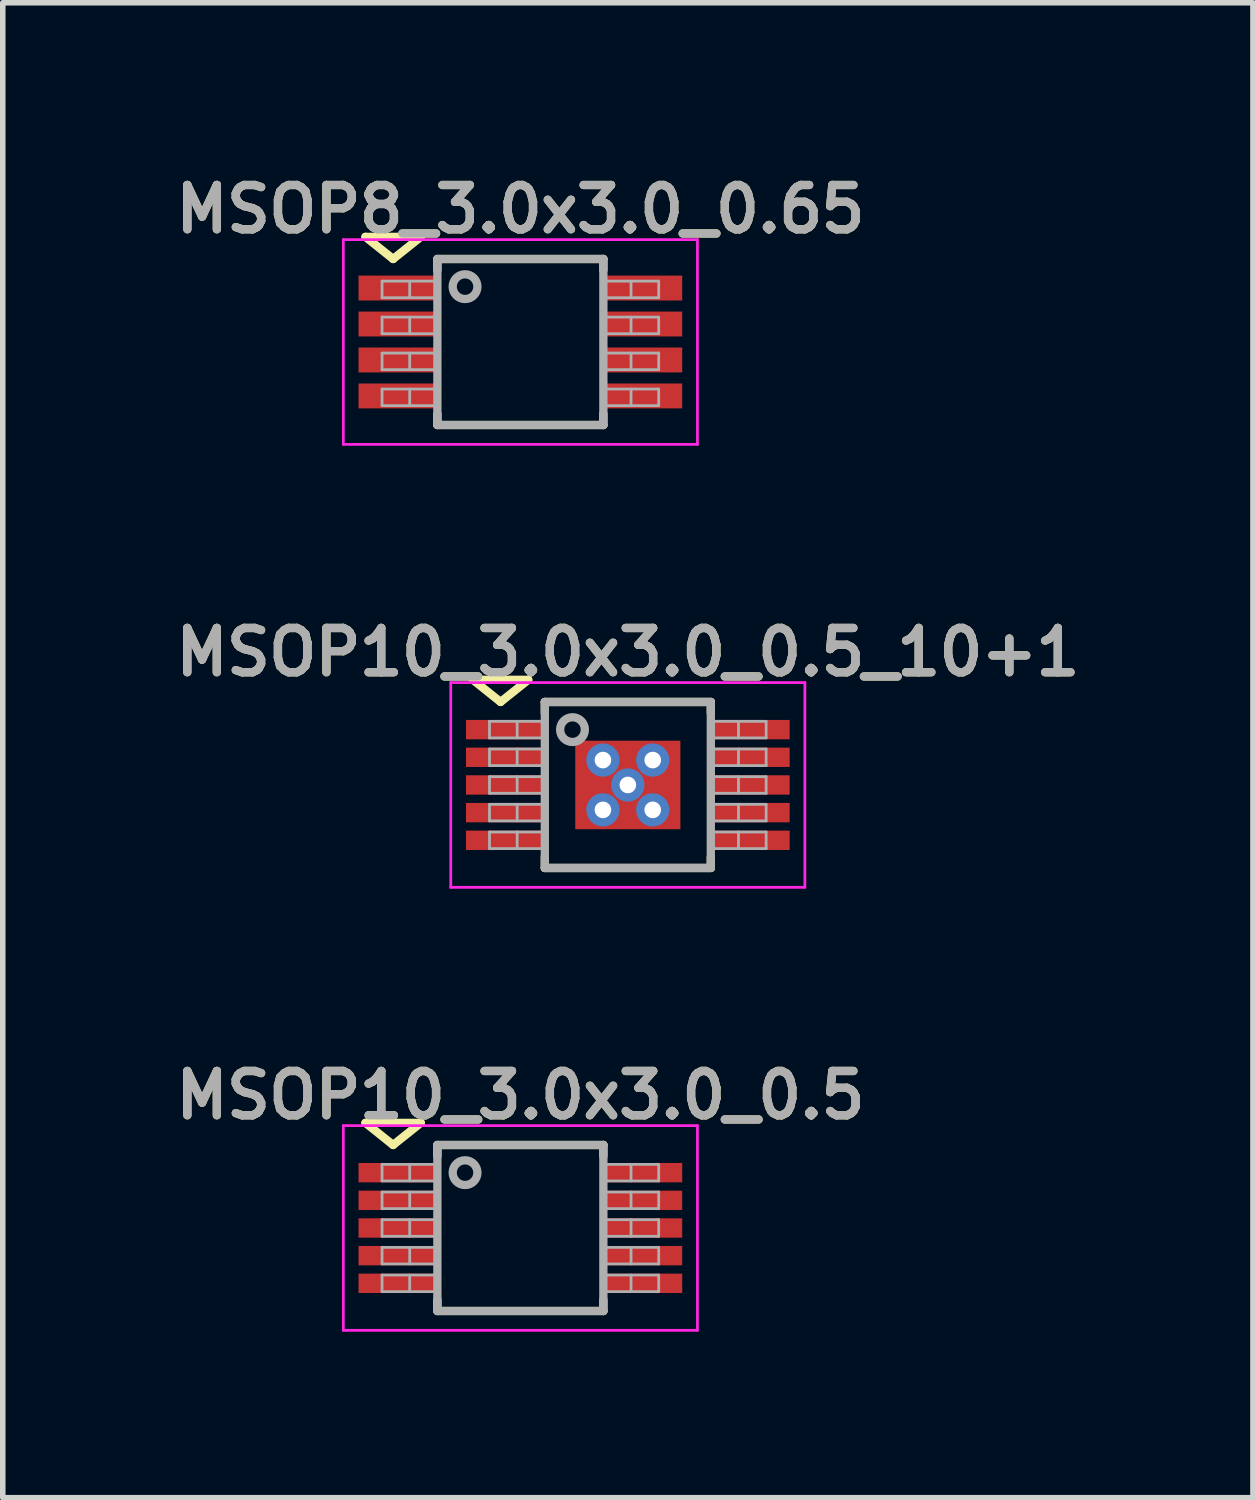
<source format=kicad_pcb>
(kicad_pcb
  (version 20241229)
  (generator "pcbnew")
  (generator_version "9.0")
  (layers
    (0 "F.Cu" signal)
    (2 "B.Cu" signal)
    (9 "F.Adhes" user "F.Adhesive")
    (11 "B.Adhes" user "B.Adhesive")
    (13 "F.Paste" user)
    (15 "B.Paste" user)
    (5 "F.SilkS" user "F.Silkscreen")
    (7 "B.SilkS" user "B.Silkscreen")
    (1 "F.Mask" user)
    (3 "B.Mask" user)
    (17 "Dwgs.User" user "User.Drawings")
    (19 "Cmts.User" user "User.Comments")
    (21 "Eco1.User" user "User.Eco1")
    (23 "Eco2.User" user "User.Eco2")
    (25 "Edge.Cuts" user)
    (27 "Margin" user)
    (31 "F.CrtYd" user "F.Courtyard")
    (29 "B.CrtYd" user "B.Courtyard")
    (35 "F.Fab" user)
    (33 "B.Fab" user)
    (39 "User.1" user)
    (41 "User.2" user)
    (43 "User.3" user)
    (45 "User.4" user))
  (footprint "MSOP10_3.0x3.0_0.5_10+1"
    (layer "F.Cu")
    (at 8.297 11.137)
    (property "Reference" "MSOP10_3.0x3.0_0.5_10+1" (at 0 -2.4 0) (layer "F.SilkS") (effects (font (size 0.8 0.8) (thickness 0.15))))
    (attr smd)
    (fp_line (start -2.8 -1.9) (end -1.8 -1.9) (stroke (width 0.15) (type solid)) (layer "F.SilkS"))
    (fp_line (start -2.3 -1.5) (end -2.8 -1.9) (stroke (width 0.15) (type solid)) (layer "F.SilkS"))
    (fp_line (start -2.3 -1.5) (end -1.8 -1.9) (stroke (width 0.15) (type solid)) (layer "F.SilkS"))
    (fp_line (start -1.5 -1.5) (end 1.5 -1.5) (stroke (width 0.15) (type solid)) (layer "F.SilkS"))
    (fp_line (start -1.5 -1.3) (end -1.5 -1.5) (stroke (width 0.15) (type solid)) (layer "F.SilkS"))
    (fp_line (start -1.5 1.5) (end -1.5 1.3) (stroke (width 0.15) (type solid)) (layer "F.SilkS"))
    (fp_line (start 1.5 -1.5) (end 1.5 -1.3) (stroke (width 0.15) (type solid)) (layer "F.SilkS"))
    (fp_line (start 1.5 1.3) (end 1.5 1.5) (stroke (width 0.15) (type solid)) (layer "F.SilkS"))
    (fp_line (start 1.5 1.5) (end -1.5 1.5) (stroke (width 0.15) (type solid)) (layer "F.SilkS"))
    (fp_line (start -3.2 -1.85) (end -3.2 1.85) (stroke (width 0.05) (type solid)) (layer "F.CrtYd"))
    (fp_line (start -3.2 -1.85) (end 3.2 -1.85) (stroke (width 0.05) (type solid)) (layer "F.CrtYd"))
    (fp_line (start -3.2 1.85) (end 3.2 1.85) (stroke (width 0.05) (type solid)) (layer "F.CrtYd"))
    (fp_line (start 3.2 -1.85) (end 3.2 1.85) (stroke (width 0.05) (type solid)) (layer "F.CrtYd"))
    (fp_line (start -2.5 -1.15) (end -2.5 -0.85) (stroke (width 0.05) (type solid)) (layer "F.Fab"))
    (fp_line (start -2.5 -0.85) (end -1.5 -0.85) (stroke (width 0.05) (type solid)) (layer "F.Fab"))
    (fp_line (start -2.5 -0.65) (end -2.5 -0.35) (stroke (width 0.05) (type solid)) (layer "F.Fab"))
    (fp_line (start -2.5 -0.35) (end -1.5 -0.35) (stroke (width 0.05) (type solid)) (layer "F.Fab"))
    (fp_line (start -2.5 -0.15) (end -2.5 0.15) (stroke (width 0.05) (type solid)) (layer "F.Fab"))
    (fp_line (start -2.5 0.15) (end -1.5 0.15) (stroke (width 0.05) (type solid)) (layer "F.Fab"))
    (fp_line (start -2.5 0.35) (end -2.5 0.65) (stroke (width 0.05) (type solid)) (layer "F.Fab"))
    (fp_line (start -2.5 0.65) (end -1.5 0.65) (stroke (width 0.05) (type solid)) (layer "F.Fab"))
    (fp_line (start -2.5 0.85) (end -2.5 1.15) (stroke (width 0.05) (type solid)) (layer "F.Fab"))
    (fp_line (start -2.5 1.15) (end -1.5 1.15) (stroke (width 0.05) (type solid)) (layer "F.Fab"))
    (fp_line (start -2 -1.15) (end -2 -0.85) (stroke (width 0.05) (type solid)) (layer "F.Fab"))
    (fp_line (start -2 -0.65) (end -2 -0.35) (stroke (width 0.05) (type solid)) (layer "F.Fab"))
    (fp_line (start -2 -0.15) (end -2 0.15) (stroke (width 0.05) (type solid)) (layer "F.Fab"))
    (fp_line (start -2 0.35) (end -2 0.65) (stroke (width 0.05) (type solid)) (layer "F.Fab"))
    (fp_line (start -2 0.85) (end -2 1.15) (stroke (width 0.05) (type solid)) (layer "F.Fab"))
    (fp_line (start -1.5 -1.5) (end 1.5 -1.5) (stroke (width 0.15) (type solid)) (layer "F.Fab"))
    (fp_line (start -1.5 -1.15) (end -2.5 -1.15) (stroke (width 0.05) (type solid)) (layer "F.Fab"))
    (fp_line (start -1.5 -0.65) (end -2.5 -0.65) (stroke (width 0.05) (type solid)) (layer "F.Fab"))
    (fp_line (start -1.5 -0.15) (end -2.5 -0.15) (stroke (width 0.05) (type solid)) (layer "F.Fab"))
    (fp_line (start -1.5 0.35) (end -2.5 0.35) (stroke (width 0.05) (type solid)) (layer "F.Fab"))
    (fp_line (start -1.5 0.85) (end -2.5 0.85) (stroke (width 0.05) (type solid)) (layer "F.Fab"))
    (fp_line (start -1.5 1.5) (end -1.5 -1.5) (stroke (width 0.15) (type solid)) (layer "F.Fab"))
    (fp_line (start 1.5 -1.5) (end 1.5 1.5) (stroke (width 0.15) (type solid)) (layer "F.Fab"))
    (fp_line (start 1.5 -0.85) (end 2.5 -0.85) (stroke (width 0.05) (type solid)) (layer "F.Fab"))
    (fp_line (start 1.5 -0.35) (end 2.5 -0.35) (stroke (width 0.05) (type solid)) (layer "F.Fab"))
    (fp_line (start 1.5 0.15) (end 2.5 0.15) (stroke (width 0.05) (type solid)) (layer "F.Fab"))
    (fp_line (start 1.5 0.65) (end 2.5 0.65) (stroke (width 0.05) (type solid)) (layer "F.Fab"))
    (fp_line (start 1.5 1.15) (end 2.5 1.15) (stroke (width 0.05) (type solid)) (layer "F.Fab"))
    (fp_line (start 1.5 1.5) (end -1.5 1.5) (stroke (width 0.15) (type solid)) (layer "F.Fab"))
    (fp_line (start 2 -1.15) (end 2 -0.85) (stroke (width 0.05) (type solid)) (layer "F.Fab"))
    (fp_line (start 2 -0.65) (end 2 -0.35) (stroke (width 0.05) (type solid)) (layer "F.Fab"))
    (fp_line (start 2 -0.15) (end 2 0.15) (stroke (width 0.05) (type solid)) (layer "F.Fab"))
    (fp_line (start 2 0.35) (end 2 0.65) (stroke (width 0.05) (type solid)) (layer "F.Fab"))
    (fp_line (start 2 0.85) (end 2 1.15) (stroke (width 0.05) (type solid)) (layer "F.Fab"))
    (fp_line (start 2.5 -1.15) (end 1.5 -1.15) (stroke (width 0.05) (type solid)) (layer "F.Fab"))
    (fp_line (start 2.5 -1.15) (end 2.5 -0.85) (stroke (width 0.05) (type solid)) (layer "F.Fab"))
    (fp_line (start 2.5 -0.65) (end 1.5 -0.65) (stroke (width 0.05) (type solid)) (layer "F.Fab"))
    (fp_line (start 2.5 -0.65) (end 2.5 -0.35) (stroke (width 0.05) (type solid)) (layer "F.Fab"))
    (fp_line (start 2.5 -0.15) (end 1.5 -0.15) (stroke (width 0.05) (type solid)) (layer "F.Fab"))
    (fp_line (start 2.5 -0.15) (end 2.5 0.15) (stroke (width 0.05) (type solid)) (layer "F.Fab"))
    (fp_line (start 2.5 0.35) (end 1.5 0.35) (stroke (width 0.05) (type solid)) (layer "F.Fab"))
    (fp_line (start 2.5 0.35) (end 2.5 0.65) (stroke (width 0.05) (type solid)) (layer "F.Fab"))
    (fp_line (start 2.5 0.85) (end 1.5 0.85) (stroke (width 0.05) (type solid)) (layer "F.Fab"))
    (fp_line (start 2.5 0.85) (end 2.5 1.15) (stroke (width 0.05) (type solid)) (layer "F.Fab"))
    (fp_circle (center -1 -1) (end -0.8 -0.9) (stroke (width 0.15) (type solid)) (fill no) (layer "F.Fab"))
    (fp_text user "${REFERENCE}" (at 0 -2.4 0) (layer "F.Fab") (effects (font (size 0.8 0.8) (thickness 0.15))))
    (pad "1" smd rect (at -2.2 -1) (size 1.45 0.35) (layers "F.Cu" "F.Mask" "F.Paste"))
    (pad "2" smd rect (at -2.2 -0.5) (size 1.45 0.35) (layers "F.Cu" "F.Mask" "F.Paste"))
    (pad "3" smd rect (at -2.2 0) (size 1.45 0.35) (layers "F.Cu" "F.Mask" "F.Paste"))
    (pad "4" smd rect (at -2.2 0.5) (size 1.45 0.35) (layers "F.Cu" "F.Mask" "F.Paste"))
    (pad "5" smd rect (at -2.2 1) (size 1.45 0.35) (layers "F.Cu" "F.Mask" "F.Paste"))
    (pad "6" smd rect (at 2.2 1) (size 1.45 0.35) (layers "F.Cu" "F.Mask" "F.Paste"))
    (pad "7" smd rect (at 2.2 0.5) (size 1.45 0.35) (layers "F.Cu" "F.Mask" "F.Paste"))
    (pad "8" smd rect (at 2.2 0) (size 1.45 0.35) (layers "F.Cu" "F.Mask" "F.Paste"))
    (pad "9" smd rect (at 2.2 -0.5) (size 1.45 0.35) (layers "F.Cu" "F.Mask" "F.Paste"))
    (pad "10" smd rect (at 2.2 -1) (size 1.45 0.35) (layers "F.Cu" "F.Mask" "F.Paste"))
    (pad "11" thru_hole circle (at -0.45 -0.45) (size 0.6 0.6) (drill 0.3) (layers "*.Cu" "*.Mask"))
    (pad "11" thru_hole circle (at -0.45 0.45) (size 0.6 0.6) (drill 0.3) (layers "*.Cu" "*.Mask"))
    (pad "11" thru_hole circle (at 0 0) (size 0.6 0.6) (drill 0.3) (layers "*.Cu" "*.Mask"))
    (pad "11" smd rect (at 0 0) (size 1.9 1.6) (layers "F.Cu" "F.Mask" "F.Paste"))
    (pad "11" thru_hole circle (at 0.45 -0.45) (size 0.6 0.6) (drill 0.3) (layers "*.Cu" "*.Mask"))
    (pad "11" thru_hole circle (at 0.45 0.45) (size 0.6 0.6) (drill 0.3) (layers "*.Cu" "*.Mask")))
  (footprint "MSOP8_3.0x3.0_0.65"
    (layer "F.Cu")
    (at 6.355 3.131)
    (property "Reference" "MSOP8_3.0x3.0_0.65" (at 0 -2.4 0) (layer "F.SilkS") (effects (font (size 0.8 0.8) (thickness 0.15))))
    (attr smd)
    (fp_line (start -2.8 -1.9) (end -1.8 -1.9) (stroke (width 0.15) (type solid)) (layer "F.SilkS"))
    (fp_line (start -2.3 -1.5) (end -2.8 -1.9) (stroke (width 0.15) (type solid)) (layer "F.SilkS"))
    (fp_line (start -2.3 -1.5) (end -1.8 -1.9) (stroke (width 0.15) (type solid)) (layer "F.SilkS"))
    (fp_line (start -1.5 -1.5) (end 1.5 -1.5) (stroke (width 0.15) (type solid)) (layer "F.SilkS"))
    (fp_line (start -1.5 -1.3) (end -1.5 -1.5) (stroke (width 0.15) (type solid)) (layer "F.SilkS"))
    (fp_line (start -1.5 1.5) (end -1.5 1.3) (stroke (width 0.15) (type solid)) (layer "F.SilkS"))
    (fp_line (start 1.5 -1.5) (end 1.5 -1.3) (stroke (width 0.15) (type solid)) (layer "F.SilkS"))
    (fp_line (start 1.5 1.3) (end 1.5 1.5) (stroke (width 0.15) (type solid)) (layer "F.SilkS"))
    (fp_line (start 1.5 1.5) (end -1.5 1.5) (stroke (width 0.15) (type solid)) (layer "F.SilkS"))
    (fp_line (start -3.2 -1.85) (end -3.2 1.85) (stroke (width 0.05) (type solid)) (layer "F.CrtYd"))
    (fp_line (start -3.2 -1.85) (end 3.2 -1.85) (stroke (width 0.05) (type solid)) (layer "F.CrtYd"))
    (fp_line (start -3.2 1.85) (end 3.2 1.85) (stroke (width 0.05) (type solid)) (layer "F.CrtYd"))
    (fp_line (start 3.2 -1.85) (end 3.2 1.85) (stroke (width 0.05) (type solid)) (layer "F.CrtYd"))
    (fp_line (start -2.5 -1.1) (end -2.5 -0.8) (stroke (width 0.05) (type solid)) (layer "F.Fab"))
    (fp_line (start -2.5 -0.8) (end -1.5 -0.8) (stroke (width 0.05) (type solid)) (layer "F.Fab"))
    (fp_line (start -2.5 -0.45) (end -2.5 -0.15) (stroke (width 0.05) (type solid)) (layer "F.Fab"))
    (fp_line (start -2.5 -0.15) (end -1.5 -0.15) (stroke (width 0.05) (type solid)) (layer "F.Fab"))
    (fp_line (start -2.5 0.2) (end -2.5 0.5) (stroke (width 0.05) (type solid)) (layer "F.Fab"))
    (fp_line (start -2.5 0.5) (end -1.5 0.5) (stroke (width 0.05) (type solid)) (layer "F.Fab"))
    (fp_line (start -2.5 0.85) (end -2.5 1.15) (stroke (width 0.05) (type solid)) (layer "F.Fab"))
    (fp_line (start -2.5 1.15) (end -1.5 1.15) (stroke (width 0.05) (type solid)) (layer "F.Fab"))
    (fp_line (start -2 -1.1) (end -2 -0.8) (stroke (width 0.05) (type solid)) (layer "F.Fab"))
    (fp_line (start -2 -0.45) (end -2 -0.15) (stroke (width 0.05) (type solid)) (layer "F.Fab"))
    (fp_line (start -2 0.2) (end -2 0.5) (stroke (width 0.05) (type solid)) (layer "F.Fab"))
    (fp_line (start -2 0.85) (end -2 1.15) (stroke (width 0.05) (type solid)) (layer "F.Fab"))
    (fp_line (start -1.5 -1.5) (end 1.5 -1.5) (stroke (width 0.15) (type solid)) (layer "F.Fab"))
    (fp_line (start -1.5 -1.1) (end -2.5 -1.1) (stroke (width 0.05) (type solid)) (layer "F.Fab"))
    (fp_line (start -1.5 -0.45) (end -2.5 -0.45) (stroke (width 0.05) (type solid)) (layer "F.Fab"))
    (fp_line (start -1.5 0.2) (end -2.5 0.2) (stroke (width 0.05) (type solid)) (layer "F.Fab"))
    (fp_line (start -1.5 0.85) (end -2.5 0.85) (stroke (width 0.05) (type solid)) (layer "F.Fab"))
    (fp_line (start -1.5 1.5) (end -1.5 -1.5) (stroke (width 0.15) (type solid)) (layer "F.Fab"))
    (fp_line (start 1.5 -1.5) (end 1.5 1.5) (stroke (width 0.15) (type solid)) (layer "F.Fab"))
    (fp_line (start 1.5 -0.8) (end 2.5 -0.8) (stroke (width 0.05) (type solid)) (layer "F.Fab"))
    (fp_line (start 1.5 -0.15) (end 2.5 -0.15) (stroke (width 0.05) (type solid)) (layer "F.Fab"))
    (fp_line (start 1.5 0.5) (end 2.5 0.5) (stroke (width 0.05) (type solid)) (layer "F.Fab"))
    (fp_line (start 1.5 1.15) (end 2.5 1.15) (stroke (width 0.05) (type solid)) (layer "F.Fab"))
    (fp_line (start 1.5 1.5) (end -1.5 1.5) (stroke (width 0.15) (type solid)) (layer "F.Fab"))
    (fp_line (start 2 -1.1) (end 2 -0.8) (stroke (width 0.05) (type solid)) (layer "F.Fab"))
    (fp_line (start 2 -0.45) (end 2 -0.15) (stroke (width 0.05) (type solid)) (layer "F.Fab"))
    (fp_line (start 2 0.2) (end 2 0.5) (stroke (width 0.05) (type solid)) (layer "F.Fab"))
    (fp_line (start 2 0.85) (end 2 1.15) (stroke (width 0.05) (type solid)) (layer "F.Fab"))
    (fp_line (start 2.5 -1.1) (end 1.5 -1.1) (stroke (width 0.05) (type solid)) (layer "F.Fab"))
    (fp_line (start 2.5 -1.1) (end 2.5 -0.8) (stroke (width 0.05) (type solid)) (layer "F.Fab"))
    (fp_line (start 2.5 -0.45) (end 1.5 -0.45) (stroke (width 0.05) (type solid)) (layer "F.Fab"))
    (fp_line (start 2.5 -0.45) (end 2.5 -0.15) (stroke (width 0.05) (type solid)) (layer "F.Fab"))
    (fp_line (start 2.5 0.2) (end 1.5 0.2) (stroke (width 0.05) (type solid)) (layer "F.Fab"))
    (fp_line (start 2.5 0.2) (end 2.5 0.5) (stroke (width 0.05) (type solid)) (layer "F.Fab"))
    (fp_line (start 2.5 0.85) (end 1.5 0.85) (stroke (width 0.05) (type solid)) (layer "F.Fab"))
    (fp_line (start 2.5 0.85) (end 2.5 1.15) (stroke (width 0.05) (type solid)) (layer "F.Fab"))
    (fp_circle (center -1 -1) (end -0.8 -0.9) (stroke (width 0.15) (type solid)) (fill no) (layer "F.Fab"))
    (fp_text user "${REFERENCE}" (at 0 -2.4 0) (layer "F.Fab") (effects (font (size 0.8 0.8) (thickness 0.15))))
    (pad "1" smd rect (at -2.2 -0.975) (size 1.45 0.45) (layers "F.Cu" "F.Mask" "F.Paste"))
    (pad "2" smd rect (at -2.2 -0.325) (size 1.45 0.45) (layers "F.Cu" "F.Mask" "F.Paste"))
    (pad "3" smd rect (at -2.2 0.325) (size 1.45 0.45) (layers "F.Cu" "F.Mask" "F.Paste"))
    (pad "4" smd rect (at -2.2 0.975) (size 1.45 0.45) (layers "F.Cu" "F.Mask" "F.Paste"))
    (pad "5" smd rect (at 2.2 0.975) (size 1.45 0.45) (layers "F.Cu" "F.Mask" "F.Paste"))
    (pad "6" smd rect (at 2.2 0.325) (size 1.45 0.45) (layers "F.Cu" "F.Mask" "F.Paste"))
    (pad "7" smd rect (at 2.2 -0.325) (size 1.45 0.45) (layers "F.Cu" "F.Mask" "F.Paste"))
    (pad "8" smd rect (at 2.2 -0.975) (size 1.45 0.45) (layers "F.Cu" "F.Mask" "F.Paste")))
  (footprint "MSOP10_3.0x3.0_0.5"
    (layer "F.Cu")
    (at 6.355 19.144)
    (property "Reference" "MSOP10_3.0x3.0_0.5" (at 0 -2.4 0) (layer "F.SilkS") (effects (font (size 0.8 0.8) (thickness 0.15))))
    (attr smd)
    (fp_line (start -2.8 -1.9) (end -1.8 -1.9) (stroke (width 0.15) (type solid)) (layer "F.SilkS"))
    (fp_line (start -2.3 -1.5) (end -2.8 -1.9) (stroke (width 0.15) (type solid)) (layer "F.SilkS"))
    (fp_line (start -2.3 -1.5) (end -1.8 -1.9) (stroke (width 0.15) (type solid)) (layer "F.SilkS"))
    (fp_line (start -1.5 -1.5) (end 1.5 -1.5) (stroke (width 0.15) (type solid)) (layer "F.SilkS"))
    (fp_line (start -1.5 -1.3) (end -1.5 -1.5) (stroke (width 0.15) (type solid)) (layer "F.SilkS"))
    (fp_line (start -1.5 1.5) (end -1.5 1.3) (stroke (width 0.15) (type solid)) (layer "F.SilkS"))
    (fp_line (start 1.5 -1.5) (end 1.5 -1.3) (stroke (width 0.15) (type solid)) (layer "F.SilkS"))
    (fp_line (start 1.5 1.3) (end 1.5 1.5) (stroke (width 0.15) (type solid)) (layer "F.SilkS"))
    (fp_line (start 1.5 1.5) (end -1.5 1.5) (stroke (width 0.15) (type solid)) (layer "F.SilkS"))
    (fp_line (start -3.2 -1.85) (end -3.2 1.85) (stroke (width 0.05) (type solid)) (layer "F.CrtYd"))
    (fp_line (start -3.2 -1.85) (end 3.2 -1.85) (stroke (width 0.05) (type solid)) (layer "F.CrtYd"))
    (fp_line (start -3.2 1.85) (end 3.2 1.85) (stroke (width 0.05) (type solid)) (layer "F.CrtYd"))
    (fp_line (start 3.2 -1.85) (end 3.2 1.85) (stroke (width 0.05) (type solid)) (layer "F.CrtYd"))
    (fp_line (start -2.5 -1.15) (end -2.5 -0.85) (stroke (width 0.05) (type solid)) (layer "F.Fab"))
    (fp_line (start -2.5 -0.85) (end -1.5 -0.85) (stroke (width 0.05) (type solid)) (layer "F.Fab"))
    (fp_line (start -2.5 -0.65) (end -2.5 -0.35) (stroke (width 0.05) (type solid)) (layer "F.Fab"))
    (fp_line (start -2.5 -0.35) (end -1.5 -0.35) (stroke (width 0.05) (type solid)) (layer "F.Fab"))
    (fp_line (start -2.5 -0.15) (end -2.5 0.15) (stroke (width 0.05) (type solid)) (layer "F.Fab"))
    (fp_line (start -2.5 0.15) (end -1.5 0.15) (stroke (width 0.05) (type solid)) (layer "F.Fab"))
    (fp_line (start -2.5 0.35) (end -2.5 0.65) (stroke (width 0.05) (type solid)) (layer "F.Fab"))
    (fp_line (start -2.5 0.65) (end -1.5 0.65) (stroke (width 0.05) (type solid)) (layer "F.Fab"))
    (fp_line (start -2.5 0.85) (end -2.5 1.15) (stroke (width 0.05) (type solid)) (layer "F.Fab"))
    (fp_line (start -2.5 1.15) (end -1.5 1.15) (stroke (width 0.05) (type solid)) (layer "F.Fab"))
    (fp_line (start -2 -1.15) (end -2 -0.85) (stroke (width 0.05) (type solid)) (layer "F.Fab"))
    (fp_line (start -2 -0.65) (end -2 -0.35) (stroke (width 0.05) (type solid)) (layer "F.Fab"))
    (fp_line (start -2 -0.15) (end -2 0.15) (stroke (width 0.05) (type solid)) (layer "F.Fab"))
    (fp_line (start -2 0.35) (end -2 0.65) (stroke (width 0.05) (type solid)) (layer "F.Fab"))
    (fp_line (start -2 0.85) (end -2 1.15) (stroke (width 0.05) (type solid)) (layer "F.Fab"))
    (fp_line (start -1.5 -1.5) (end 1.5 -1.5) (stroke (width 0.15) (type solid)) (layer "F.Fab"))
    (fp_line (start -1.5 -1.15) (end -2.5 -1.15) (stroke (width 0.05) (type solid)) (layer "F.Fab"))
    (fp_line (start -1.5 -0.65) (end -2.5 -0.65) (stroke (width 0.05) (type solid)) (layer "F.Fab"))
    (fp_line (start -1.5 -0.15) (end -2.5 -0.15) (stroke (width 0.05) (type solid)) (layer "F.Fab"))
    (fp_line (start -1.5 0.35) (end -2.5 0.35) (stroke (width 0.05) (type solid)) (layer "F.Fab"))
    (fp_line (start -1.5 0.85) (end -2.5 0.85) (stroke (width 0.05) (type solid)) (layer "F.Fab"))
    (fp_line (start -1.5 1.5) (end -1.5 -1.5) (stroke (width 0.15) (type solid)) (layer "F.Fab"))
    (fp_line (start 1.5 -1.5) (end 1.5 1.5) (stroke (width 0.15) (type solid)) (layer "F.Fab"))
    (fp_line (start 1.5 -0.85) (end 2.5 -0.85) (stroke (width 0.05) (type solid)) (layer "F.Fab"))
    (fp_line (start 1.5 -0.35) (end 2.5 -0.35) (stroke (width 0.05) (type solid)) (layer "F.Fab"))
    (fp_line (start 1.5 0.15) (end 2.5 0.15) (stroke (width 0.05) (type solid)) (layer "F.Fab"))
    (fp_line (start 1.5 0.65) (end 2.5 0.65) (stroke (width 0.05) (type solid)) (layer "F.Fab"))
    (fp_line (start 1.5 1.15) (end 2.5 1.15) (stroke (width 0.05) (type solid)) (layer "F.Fab"))
    (fp_line (start 1.5 1.5) (end -1.5 1.5) (stroke (width 0.15) (type solid)) (layer "F.Fab"))
    (fp_line (start 2 -1.15) (end 2 -0.85) (stroke (width 0.05) (type solid)) (layer "F.Fab"))
    (fp_line (start 2 -0.65) (end 2 -0.35) (stroke (width 0.05) (type solid)) (layer "F.Fab"))
    (fp_line (start 2 -0.15) (end 2 0.15) (stroke (width 0.05) (type solid)) (layer "F.Fab"))
    (fp_line (start 2 0.35) (end 2 0.65) (stroke (width 0.05) (type solid)) (layer "F.Fab"))
    (fp_line (start 2 0.85) (end 2 1.15) (stroke (width 0.05) (type solid)) (layer "F.Fab"))
    (fp_line (start 2.5 -1.15) (end 1.5 -1.15) (stroke (width 0.05) (type solid)) (layer "F.Fab"))
    (fp_line (start 2.5 -1.15) (end 2.5 -0.85) (stroke (width 0.05) (type solid)) (layer "F.Fab"))
    (fp_line (start 2.5 -0.65) (end 1.5 -0.65) (stroke (width 0.05) (type solid)) (layer "F.Fab"))
    (fp_line (start 2.5 -0.65) (end 2.5 -0.35) (stroke (width 0.05) (type solid)) (layer "F.Fab"))
    (fp_line (start 2.5 -0.15) (end 1.5 -0.15) (stroke (width 0.05) (type solid)) (layer "F.Fab"))
    (fp_line (start 2.5 -0.15) (end 2.5 0.15) (stroke (width 0.05) (type solid)) (layer "F.Fab"))
    (fp_line (start 2.5 0.35) (end 1.5 0.35) (stroke (width 0.05) (type solid)) (layer "F.Fab"))
    (fp_line (start 2.5 0.35) (end 2.5 0.65) (stroke (width 0.05) (type solid)) (layer "F.Fab"))
    (fp_line (start 2.5 0.85) (end 1.5 0.85) (stroke (width 0.05) (type solid)) (layer "F.Fab"))
    (fp_line (start 2.5 0.85) (end 2.5 1.15) (stroke (width 0.05) (type solid)) (layer "F.Fab"))
    (fp_circle (center -1 -1) (end -0.8 -0.9) (stroke (width 0.15) (type solid)) (fill no) (layer "F.Fab"))
    (fp_text user "${REFERENCE}" (at 0 -2.4 0) (layer "F.Fab") (effects (font (size 0.8 0.8) (thickness 0.15))))
    (pad "1" smd rect (at -2.2 -1) (size 1.45 0.35) (layers "F.Cu" "F.Mask" "F.Paste"))
    (pad "2" smd rect (at -2.2 -0.5) (size 1.45 0.35) (layers "F.Cu" "F.Mask" "F.Paste"))
    (pad "3" smd rect (at -2.2 0) (size 1.45 0.35) (layers "F.Cu" "F.Mask" "F.Paste"))
    (pad "4" smd rect (at -2.2 0.5) (size 1.45 0.35) (layers "F.Cu" "F.Mask" "F.Paste"))
    (pad "5" smd rect (at -2.2 1) (size 1.45 0.35) (layers "F.Cu" "F.Mask" "F.Paste"))
    (pad "6" smd rect (at 2.2 1) (size 1.45 0.35) (layers "F.Cu" "F.Mask" "F.Paste"))
    (pad "7" smd rect (at 2.2 0.5) (size 1.45 0.35) (layers "F.Cu" "F.Mask" "F.Paste"))
    (pad "8" smd rect (at 2.2 0) (size 1.45 0.35) (layers "F.Cu" "F.Mask" "F.Paste"))
    (pad "9" smd rect (at 2.2 -0.5) (size 1.45 0.35) (layers "F.Cu" "F.Mask" "F.Paste"))
    (pad "10" smd rect (at 2.2 -1) (size 1.45 0.35) (layers "F.Cu" "F.Mask" "F.Paste")))
  (gr_rect
    (start -3 -3)
    (end 19.595 24.019)
    (stroke (width 0.1) (type default))
    (fill no)
    (layer "Edge.Cuts")))
</source>
